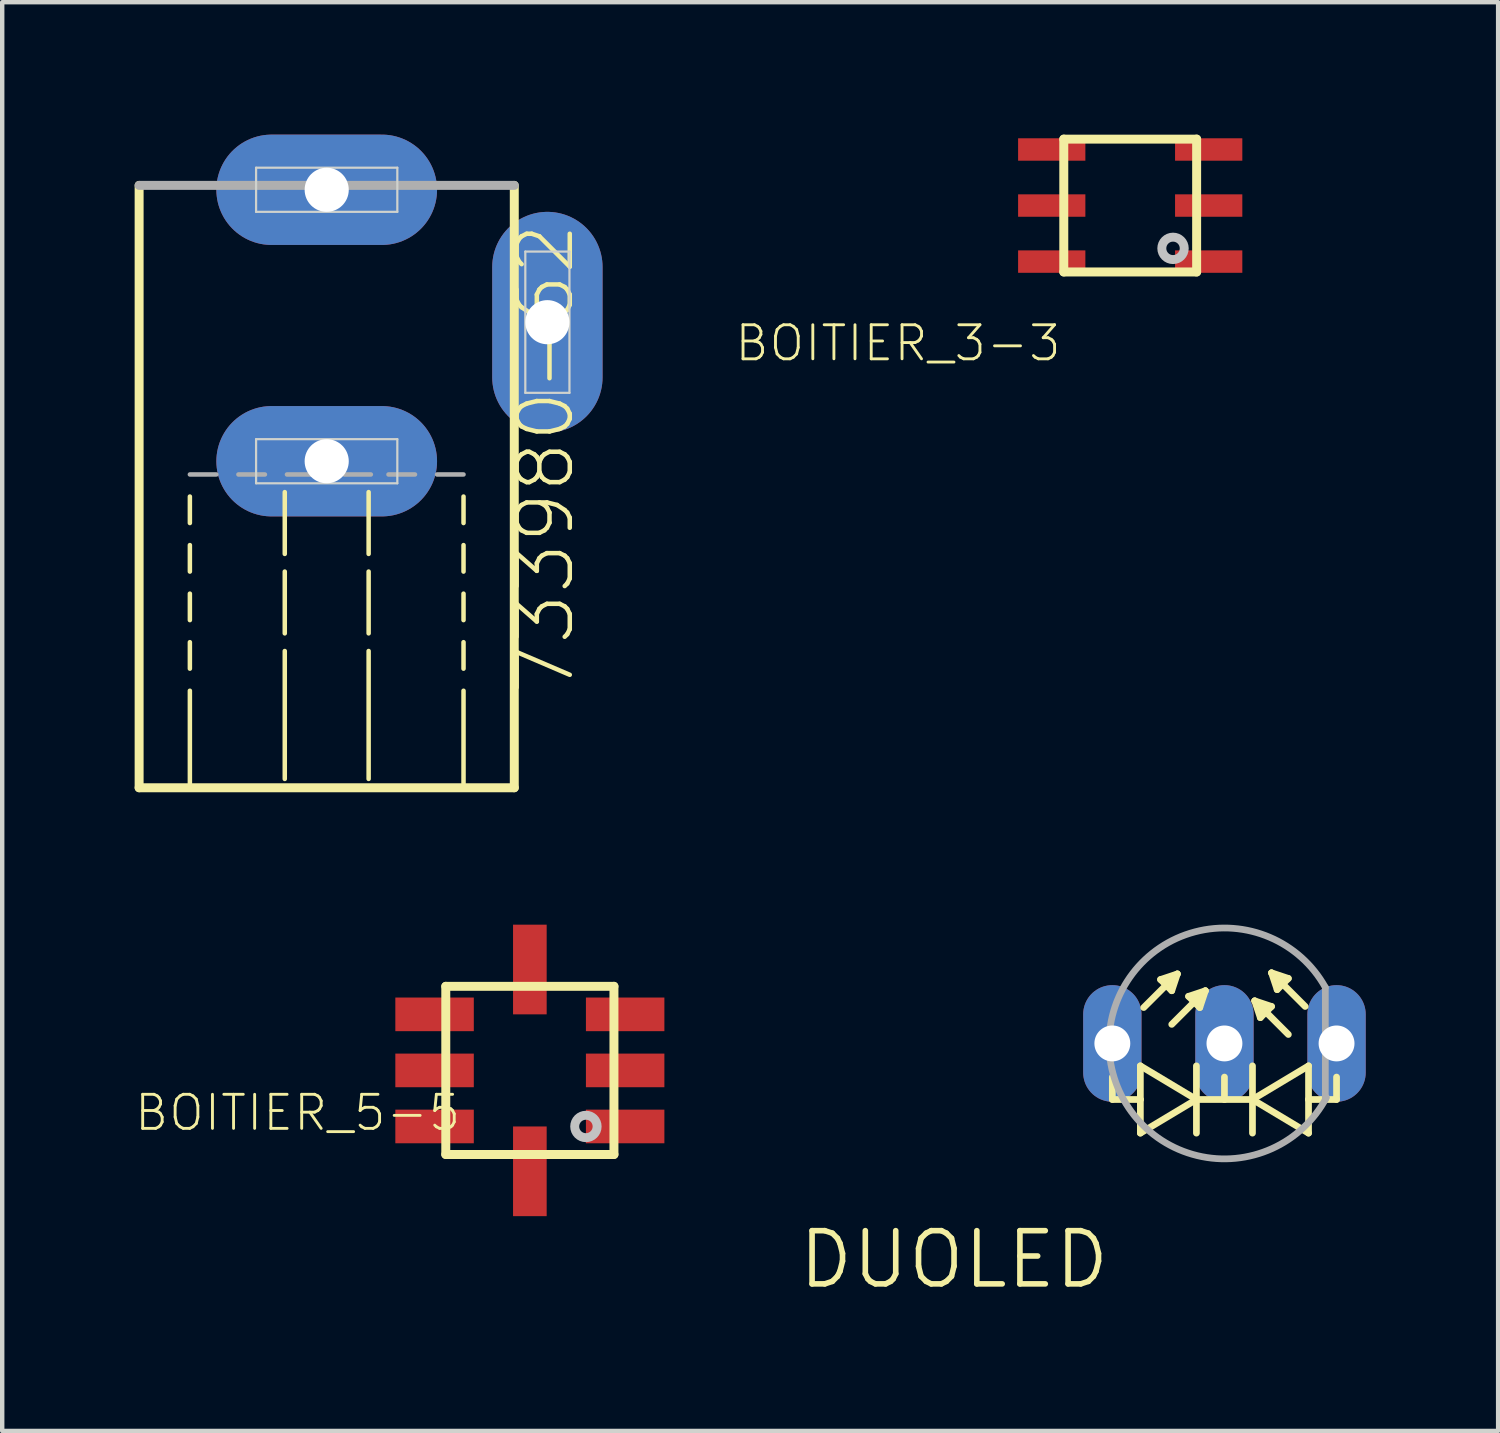
<source format=kicad_pcb>
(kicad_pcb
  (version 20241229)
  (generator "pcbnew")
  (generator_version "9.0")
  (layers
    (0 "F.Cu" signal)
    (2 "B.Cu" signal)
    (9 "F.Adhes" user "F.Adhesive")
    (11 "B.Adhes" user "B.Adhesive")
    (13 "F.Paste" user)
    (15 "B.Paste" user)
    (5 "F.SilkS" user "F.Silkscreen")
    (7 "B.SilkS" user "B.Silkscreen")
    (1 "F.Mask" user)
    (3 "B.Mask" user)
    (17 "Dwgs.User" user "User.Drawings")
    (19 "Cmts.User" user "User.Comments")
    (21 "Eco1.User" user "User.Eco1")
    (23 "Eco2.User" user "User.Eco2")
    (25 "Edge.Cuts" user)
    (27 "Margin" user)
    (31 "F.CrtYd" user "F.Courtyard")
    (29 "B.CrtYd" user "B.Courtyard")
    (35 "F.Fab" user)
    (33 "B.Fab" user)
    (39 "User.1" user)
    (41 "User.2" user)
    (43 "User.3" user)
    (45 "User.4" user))
  (footprint "DUOLED"
    (layer "F.Cu")
    (at 25.962 20.591)
    (property "Reference" "DUOLED" (at -3.81 4.191 0) (layer "F.SilkS") (effects (font (size 1.206 1.206) (thickness 0.127)) (justify right top)))
    (attr through_hole)
    (fp_line (start -3.81 0.762) (end -3.81 1.27) (stroke (width 0.152) (type solid)) (layer "F.SilkS"))
    (fp_line (start -3.81 1.27) (end -3.175 1.27) (stroke (width 0.152) (type solid)) (layer "F.SilkS"))
    (fp_line (start -3.175 0.508) (end -3.175 1.27) (stroke (width 0.152) (type solid)) (layer "F.SilkS"))
    (fp_line (start -3.175 1.27) (end -3.175 2.032) (stroke (width 0.152) (type solid)) (layer "F.SilkS"))
    (fp_line (start -3.175 2.032) (end -1.905 1.27) (stroke (width 0.152) (type solid)) (layer "F.SilkS"))
    (fp_line (start -3.099 -0.813) (end -2.337 -1.575) (stroke (width 0.152) (type solid)) (layer "F.SilkS"))
    (fp_line (start -2.718 -1.448) (end -2.464 -1.194) (stroke (width 0.152) (type solid)) (layer "F.SilkS"))
    (fp_line (start -2.591 -1.448) (end -2.464 -1.321) (stroke (width 0.152) (type solid)) (layer "F.SilkS"))
    (fp_line (start -2.464 -1.194) (end -2.337 -1.575) (stroke (width 0.152) (type solid)) (layer "F.SilkS"))
    (fp_line (start -2.464 -0.432) (end -1.702 -1.194) (stroke (width 0.152) (type solid)) (layer "F.SilkS"))
    (fp_line (start -2.337 -1.575) (end -2.718 -1.448) (stroke (width 0.152) (type solid)) (layer "F.SilkS"))
    (fp_line (start -2.083 -1.067) (end -1.829 -0.813) (stroke (width 0.152) (type solid)) (layer "F.SilkS"))
    (fp_line (start -1.956 -1.067) (end -1.829 -0.94) (stroke (width 0.152) (type solid)) (layer "F.SilkS"))
    (fp_line (start -1.905 1.27) (end -3.175 0.508) (stroke (width 0.152) (type solid)) (layer "F.SilkS"))
    (fp_line (start -1.905 1.27) (end -1.905 0.508) (stroke (width 0.152) (type solid)) (layer "F.SilkS"))
    (fp_line (start -1.905 1.27) (end -1.27 1.27) (stroke (width 0.152) (type solid)) (layer "F.SilkS"))
    (fp_line (start -1.905 2.032) (end -1.905 1.27) (stroke (width 0.152) (type solid)) (layer "F.SilkS"))
    (fp_line (start -1.829 -0.813) (end -1.702 -1.194) (stroke (width 0.152) (type solid)) (layer "F.SilkS"))
    (fp_line (start -1.702 -1.194) (end -2.083 -1.067) (stroke (width 0.152) (type solid)) (layer "F.SilkS"))
    (fp_line (start -1.27 1.27) (end -1.27 0.762) (stroke (width 0.152) (type solid)) (layer "F.SilkS"))
    (fp_line (start -1.27 1.27) (end -0.635 1.27) (stroke (width 0.152) (type solid)) (layer "F.SilkS"))
    (fp_line (start -0.635 1.27) (end -0.635 0.508) (stroke (width 0.152) (type solid)) (layer "F.SilkS"))
    (fp_line (start -0.635 1.27) (end 0.635 2.032) (stroke (width 0.152) (type solid)) (layer "F.SilkS"))
    (fp_line (start -0.635 2.032) (end -0.635 1.27) (stroke (width 0.152) (type solid)) (layer "F.SilkS"))
    (fp_line (start -0.584 -0.965) (end -0.457 -0.584) (stroke (width 0.152) (type solid)) (layer "F.SilkS"))
    (fp_line (start -0.457 -0.711) (end -0.33 -0.838) (stroke (width 0.152) (type solid)) (layer "F.SilkS"))
    (fp_line (start -0.457 -0.584) (end -0.203 -0.838) (stroke (width 0.152) (type solid)) (layer "F.SilkS"))
    (fp_line (start -0.203 -1.6) (end -0.076 -1.219) (stroke (width 0.152) (type solid)) (layer "F.SilkS"))
    (fp_line (start -0.203 -0.838) (end -0.584 -0.965) (stroke (width 0.152) (type solid)) (layer "F.SilkS"))
    (fp_line (start -0.076 -1.219) (end 0.178 -1.473) (stroke (width 0.152) (type solid)) (layer "F.SilkS"))
    (fp_line (start 0 -1.524) (end 0.051 -1.473) (stroke (width 0.152) (type solid)) (layer "F.SilkS"))
    (fp_line (start 0.178 -1.473) (end -0.203 -1.6) (stroke (width 0.152) (type solid)) (layer "F.SilkS"))
    (fp_line (start 0.178 -0.203) (end -0.584 -0.965) (stroke (width 0.152) (type solid)) (layer "F.SilkS"))
    (fp_line (start 0.559 -0.838) (end -0.203 -1.6) (stroke (width 0.152) (type solid)) (layer "F.SilkS"))
    (fp_line (start 0.635 0.508) (end -0.635 1.27) (stroke (width 0.152) (type solid)) (layer "F.SilkS"))
    (fp_line (start 0.635 0.508) (end 0.635 1.27) (stroke (width 0.152) (type solid)) (layer "F.SilkS"))
    (fp_line (start 0.635 1.27) (end 0.635 2.032) (stroke (width 0.152) (type solid)) (layer "F.SilkS"))
    (fp_line (start 0.635 1.27) (end 1.27 1.27) (stroke (width 0.152) (type solid)) (layer "F.SilkS"))
    (fp_line (start 1.27 0.762) (end 1.27 1.27) (stroke (width 0.152) (type solid)) (layer "F.SilkS"))
    (fp_line (start 1.016 1.27) (end 1.016 -1.27) (stroke (width 0.152) (type solid)) (layer "F.Fab"))
    (fp_arc (start 1.0412 1.223599) (mid -3.884969 0.026456) (end 1.016 -1.27) (stroke (width 0.1524) (type solid)) (layer "F.Fab"))
    (pad "A1" thru_hole oval (at -3.81 0 90) (size 2.642 1.321) (drill 0.813) (layers "*.Cu" "*.Mask"))
    (pad "A2" thru_hole oval (at 1.27 0 90) (size 2.642 1.321) (drill 0.813) (layers "*.Cu" "*.Mask"))
    (pad "K" thru_hole oval (at -1.27 0 90) (size 2.642 1.321) (drill 0.813) (layers "*.Cu" "*.Mask")))
  (footprint "733980-62"
    (layer "F.Cu")
    (at 4.352 9.82)
    (property "Reference" "733980-62" (at 5.66 2.945 90) (layer "F.SilkS") (effects (font (size 1.206 1.206) (thickness 0.102)) (justify left bottom)))
    (attr through_hole)
    (fp_line (start -4.25 -8.67) (end -4.25 4.978) (stroke (width 0.203) (type solid)) (layer "F.SilkS"))
    (fp_line (start -4.25 4.978) (end 4.25 4.978) (stroke (width 0.203) (type solid)) (layer "F.SilkS"))
    (fp_line (start -3.1 -1.02) (end -3.1 -1.62) (stroke (width 0.102) (type solid)) (layer "F.SilkS"))
    (fp_line (start -3.1 0.08) (end -3.1 -0.52) (stroke (width 0.102) (type solid)) (layer "F.SilkS"))
    (fp_line (start -3.1 1.18) (end -3.1 0.58) (stroke (width 0.102) (type solid)) (layer "F.SilkS"))
    (fp_line (start -3.1 2.28) (end -3.1 1.68) (stroke (width 0.102) (type solid)) (layer "F.SilkS"))
    (fp_line (start -3.1 4.878) (end -3.1 2.78) (stroke (width 0.102) (type solid)) (layer "F.SilkS"))
    (fp_line (start -0.95 -0.32) (end -0.95 -1.72) (stroke (width 0.102) (type solid)) (layer "F.SilkS"))
    (fp_line (start -0.95 1.48) (end -0.95 0.08) (stroke (width 0.102) (type solid)) (layer "F.SilkS"))
    (fp_line (start -0.95 4.778) (end -0.95 1.88) (stroke (width 0.102) (type solid)) (layer "F.SilkS"))
    (fp_line (start 0.95 -0.32) (end 0.95 -1.72) (stroke (width 0.102) (type solid)) (layer "F.SilkS"))
    (fp_line (start 0.95 1.48) (end 0.95 0.08) (stroke (width 0.102) (type solid)) (layer "F.SilkS"))
    (fp_line (start 0.95 4.778) (end 0.95 1.88) (stroke (width 0.102) (type solid)) (layer "F.SilkS"))
    (fp_line (start 3.1 -1.02) (end 3.1 -1.62) (stroke (width 0.102) (type solid)) (layer "F.SilkS"))
    (fp_line (start 3.1 0.08) (end 3.1 -0.52) (stroke (width 0.102) (type solid)) (layer "F.SilkS"))
    (fp_line (start 3.1 1.18) (end 3.1 0.58) (stroke (width 0.102) (type solid)) (layer "F.SilkS"))
    (fp_line (start 3.1 2.28) (end 3.1 1.68) (stroke (width 0.102) (type solid)) (layer "F.SilkS"))
    (fp_line (start 3.1 4.878) (end 3.1 2.78) (stroke (width 0.102) (type solid)) (layer "F.SilkS"))
    (fp_line (start 4.25 4.978) (end 4.25 -8.67) (stroke (width 0.203) (type solid)) (layer "F.SilkS"))
    (fp_line (start -1.6 -9.07) (end 1.6 -9.07) (stroke (width 0.05) (type solid)) (layer "Edge.Cuts"))
    (fp_line (start -1.6 -8.07) (end -1.6 -9.07) (stroke (width 0.05) (type solid)) (layer "Edge.Cuts"))
    (fp_line (start -1.6 -2.92) (end 1.6 -2.92) (stroke (width 0.05) (type solid)) (layer "Edge.Cuts"))
    (fp_line (start -1.6 -1.92) (end -1.6 -2.92) (stroke (width 0.05) (type solid)) (layer "Edge.Cuts"))
    (fp_line (start 1.6 -9.07) (end 1.6 -8.07) (stroke (width 0.05) (type solid)) (layer "Edge.Cuts"))
    (fp_line (start 1.6 -8.07) (end -1.6 -8.07) (stroke (width 0.05) (type solid)) (layer "Edge.Cuts"))
    (fp_line (start 1.6 -2.92) (end 1.6 -1.92) (stroke (width 0.05) (type solid)) (layer "Edge.Cuts"))
    (fp_line (start 1.6 -1.92) (end -1.6 -1.92) (stroke (width 0.05) (type solid)) (layer "Edge.Cuts"))
    (fp_line (start 4.5 -7.17) (end 5.5 -7.17) (stroke (width 0.05) (type solid)) (layer "Edge.Cuts"))
    (fp_line (start 4.5 -3.97) (end 4.5 -7.17) (stroke (width 0.05) (type solid)) (layer "Edge.Cuts"))
    (fp_line (start 5.5 -7.17) (end 5.5 -3.97) (stroke (width 0.05) (type solid)) (layer "Edge.Cuts"))
    (fp_line (start 5.5 -3.97) (end 4.5 -3.97) (stroke (width 0.05) (type solid)) (layer "Edge.Cuts"))
    (fp_line (start -2.5 -2.12) (end -3.1 -2.12) (stroke (width 0.102) (type solid)) (layer "F.Fab"))
    (fp_line (start -1.4 -2.12) (end -2 -2.12) (stroke (width 0.102) (type solid)) (layer "F.Fab"))
    (fp_line (start -0.3 -2.12) (end -0.9 -2.12) (stroke (width 0.102) (type solid)) (layer "F.Fab"))
    (fp_line (start 1 -2.12) (end 0.4 -2.12) (stroke (width 0.102) (type solid)) (layer "F.Fab"))
    (fp_line (start 2 -2.12) (end 1.4 -2.12) (stroke (width 0.102) (type solid)) (layer "F.Fab"))
    (fp_line (start 3.1 -2.12) (end 2.5 -2.12) (stroke (width 0.102) (type solid)) (layer "F.Fab"))
    (fp_line (start 4.25 -8.67) (end -4.25 -8.67) (stroke (width 0.203) (type solid)) (layer "F.Fab"))
    (pad "1" thru_hole oval (at 0 -8.57) (size 5 2.5) (drill 1) (layers "*.Cu" "*.Mask"))
    (pad "2" thru_hole oval (at 0 -2.42) (size 5 2.5) (drill 1) (layers "*.Cu" "*.Mask"))
    (pad "3" thru_hole oval (at 5 -5.57 90) (size 5 2.5) (drill 1) (layers "*.Cu" "*.Mask")))
  (footprint "BOITIER_5-5"
    (layer "F.Cu")
    (at 8.955 21.202)
    (property "Reference" "BOITIER_5-5" (at -1.524 0.508 0) (layer "F.SilkS") (effects (font (size 0.772 0.772) (thickness 0.065)) (justify right top)))
    (attr through_hole)
    (fp_line (start -1.905 -1.905) (end 1.905 -1.905) (stroke (width 0.203) (type solid)) (layer "F.SilkS"))
    (fp_line (start -1.905 1.905) (end -1.905 -1.905) (stroke (width 0.203) (type solid)) (layer "F.SilkS"))
    (fp_line (start 1.905 -1.905) (end 1.905 1.905) (stroke (width 0.203) (type solid)) (layer "F.SilkS"))
    (fp_line (start 1.905 1.905) (end -1.905 1.905) (stroke (width 0.203) (type solid)) (layer "F.SilkS"))
    (fp_circle (center 1.27 1.27) (end 1.524 1.27) (stroke (width 0.203) (type solid)) (fill no) (layer "Dwgs.User"))
    (pad "P$1" smd rect (at -2.159 -1.27) (size 1.778 0.762) (layers "F.Cu" "F.Mask" "F.Paste"))
    (pad "P$2" smd rect (at -2.159 0) (size 1.778 0.762) (layers "F.Cu" "F.Mask" "F.Paste"))
    (pad "P$3" smd rect (at -2.159 1.27) (size 1.778 0.762) (layers "F.Cu" "F.Mask" "F.Paste"))
    (pad "P$4" smd rect (at 2.159 1.27 180) (size 1.778 0.762) (layers "F.Cu" "F.Mask" "F.Paste"))
    (pad "P$5" smd rect (at 2.159 0 180) (size 1.778 0.762) (layers "F.Cu" "F.Mask" "F.Paste"))
    (pad "P$6" smd rect (at 2.159 -1.27 180) (size 1.778 0.762) (layers "F.Cu" "F.Mask" "F.Paste"))
    (pad "P$7" smd rect (at 0 -2.286 270) (size 2.032 0.762) (layers "F.Cu" "F.Mask" "F.Paste"))
    (pad "P$8" smd rect (at 0 2.286 270) (size 2.032 0.762) (layers "F.Cu" "F.Mask" "F.Paste")))
  (footprint "BOITIER_3-3"
    (layer "F.Cu")
    (at 22.557 1.607)
    (property "Reference" "BOITIER_3-3" (at -1.524 2.667 0) (layer "F.SilkS") (effects (font (size 0.772 0.772) (thickness 0.065)) (justify right top)))
    (attr through_hole)
    (fp_line (start -1.505 -1.505) (end 1.505 -1.505) (stroke (width 0.203) (type solid)) (layer "F.SilkS"))
    (fp_line (start -1.505 1.505) (end -1.505 -1.505) (stroke (width 0.203) (type solid)) (layer "F.SilkS"))
    (fp_line (start 1.505 -1.505) (end 1.505 1.505) (stroke (width 0.203) (type solid)) (layer "F.SilkS"))
    (fp_line (start 1.505 1.505) (end -1.505 1.505) (stroke (width 0.203) (type solid)) (layer "F.SilkS"))
    (fp_circle (center 0.97 0.97) (end 1.224 0.97) (stroke (width 0.203) (type solid)) (fill no) (layer "Dwgs.User"))
    (pad "P$1" smd rect (at -1.778 -1.27) (size 1.524 0.508) (layers "F.Cu" "F.Mask" "F.Paste"))
    (pad "P$2" smd rect (at -1.778 0) (size 1.524 0.508) (layers "F.Cu" "F.Mask" "F.Paste"))
    (pad "P$3" smd rect (at -1.778 1.27) (size 1.524 0.508) (layers "F.Cu" "F.Mask" "F.Paste"))
    (pad "P$4" smd rect (at 1.778 1.27 180) (size 1.524 0.508) (layers "F.Cu" "F.Mask" "F.Paste"))
    (pad "P$5" smd rect (at 1.778 0 180) (size 1.524 0.508) (layers "F.Cu" "F.Mask" "F.Paste"))
    (pad "P$6" smd rect (at 1.778 -1.27 180) (size 1.524 0.508) (layers "F.Cu" "F.Mask" "F.Paste")))
  (gr_rect
    (start -3 -3)
    (end 30.893 29.37)
    (stroke (width 0.1) (type default))
    (fill no)
    (layer "Edge.Cuts")))
</source>
